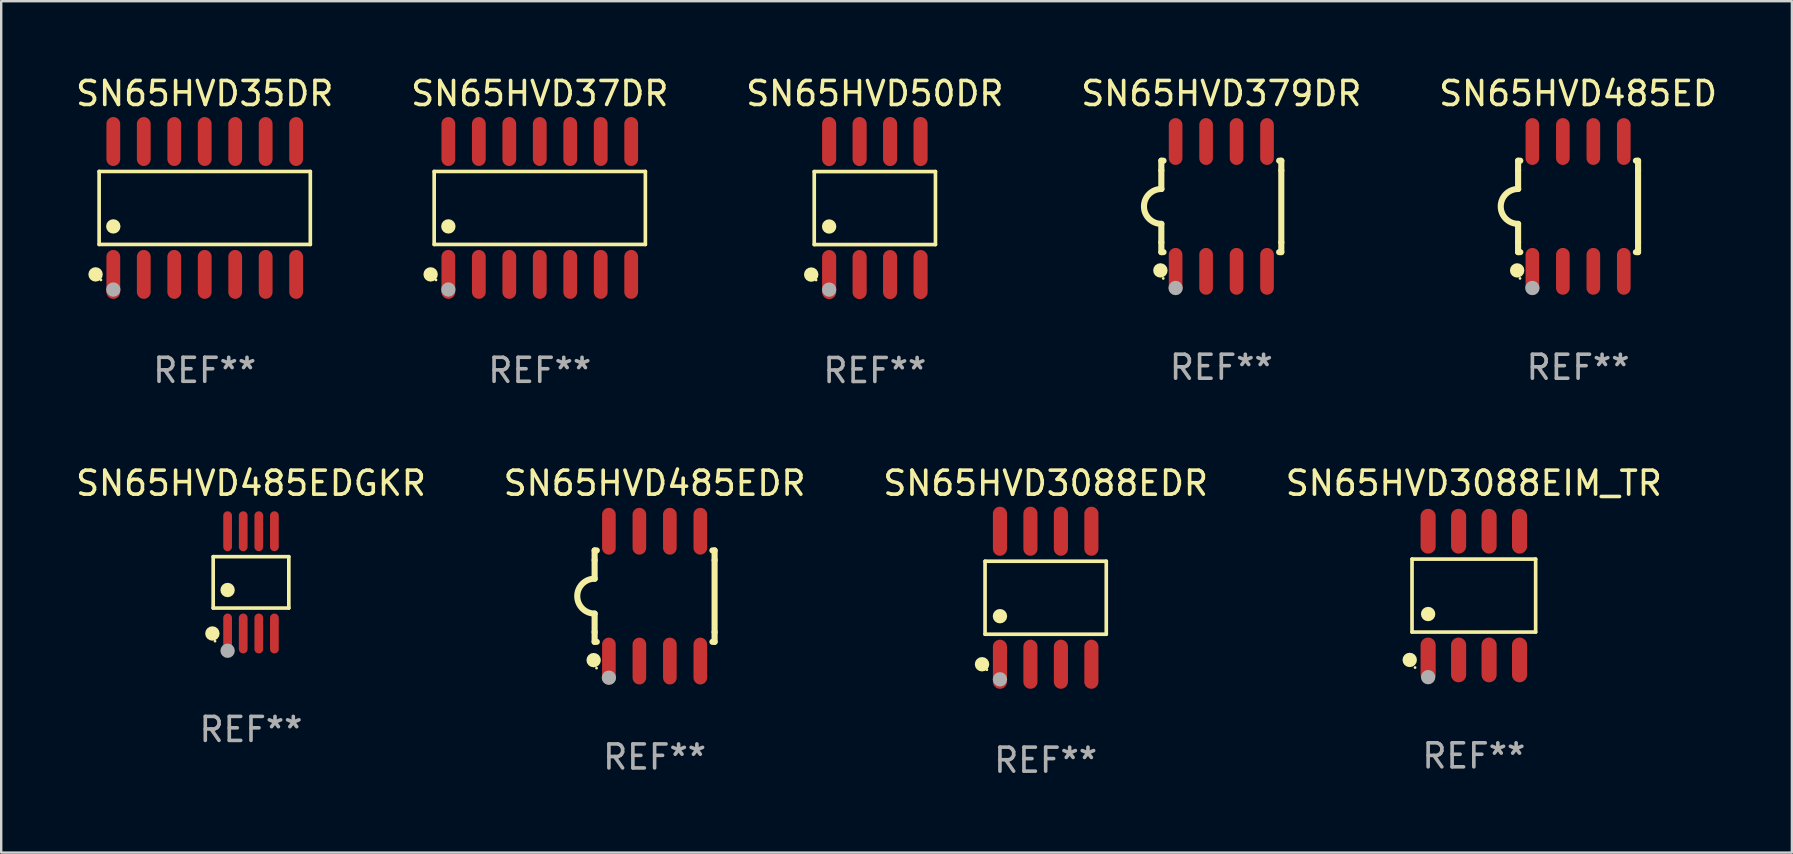
<source format=kicad_pcb>
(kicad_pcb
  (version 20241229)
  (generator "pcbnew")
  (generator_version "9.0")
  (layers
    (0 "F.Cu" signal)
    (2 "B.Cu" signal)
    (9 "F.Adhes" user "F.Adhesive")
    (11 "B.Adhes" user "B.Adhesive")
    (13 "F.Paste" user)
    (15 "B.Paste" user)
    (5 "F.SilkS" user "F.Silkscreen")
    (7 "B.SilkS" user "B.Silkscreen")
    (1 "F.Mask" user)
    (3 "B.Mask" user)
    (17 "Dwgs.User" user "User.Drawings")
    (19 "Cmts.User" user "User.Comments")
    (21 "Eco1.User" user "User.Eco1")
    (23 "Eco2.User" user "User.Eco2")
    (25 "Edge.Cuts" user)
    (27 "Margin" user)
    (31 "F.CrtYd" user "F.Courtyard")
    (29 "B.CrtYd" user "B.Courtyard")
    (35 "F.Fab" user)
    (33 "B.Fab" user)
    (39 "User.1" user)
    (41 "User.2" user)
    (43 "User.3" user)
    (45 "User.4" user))
  (footprint "SN65HVD37DR"
    (layer "F.Cu")
    (at 19.446 5.617)
    (property "Reference" "SN65HVD37DR" (at 0 -4.769 0) (layer "F.SilkS") (effects (font (size 1 1) (thickness 0.15))))
    (attr through_hole)
    (fp_line (start -4.401 -1.521) (end 4.401 -1.521) (stroke (width 0.152) (type solid)) (layer "F.SilkS"))
    (fp_line (start -4.401 1.521) (end -4.401 -1.521) (stroke (width 0.152) (type solid)) (layer "F.SilkS"))
    (fp_line (start 4.401 -1.521) (end 4.401 1.521) (stroke (width 0.152) (type solid)) (layer "F.SilkS"))
    (fp_line (start 4.401 1.521) (end -4.401 1.521) (stroke (width 0.152) (type solid)) (layer "F.SilkS"))
    (fp_circle (center -4.549 2.769) (end -4.399 2.769) (stroke (width 0.3) (type solid)) (fill no) (layer "F.SilkS"))
    (fp_circle (center -4.325 3) (end -4.295 3) (stroke (width 0.06) (type solid)) (fill no) (layer "F.SilkS"))
    (fp_circle (center -3.81 0.769) (end -3.66 0.769) (stroke (width 0.3) (type solid)) (fill no) (layer "F.SilkS"))
    (fp_circle (center -3.81 3.4) (end -3.66 3.4) (stroke (width 0.3) (type solid)) (fill no) (layer "F.Fab"))
    (fp_text user "REF**" (at 0 6.769 0) (layer "F.Fab") (effects (font (size 1 1) (thickness 0.15))))
    (pad "1" smd oval (at -3.81 2.769) (size 0.574 2.038) (layers "F.Cu" "F.Mask" "F.Paste"))
    (pad "2" smd oval (at -2.54 2.769) (size 0.574 2.038) (layers "F.Cu" "F.Mask" "F.Paste"))
    (pad "3" smd oval (at -1.27 2.769) (size 0.574 2.038) (layers "F.Cu" "F.Mask" "F.Paste"))
    (pad "4" smd oval (at 0 2.769) (size 0.574 2.038) (layers "F.Cu" "F.Mask" "F.Paste"))
    (pad "5" smd oval (at 1.27 2.769) (size 0.574 2.038) (layers "F.Cu" "F.Mask" "F.Paste"))
    (pad "6" smd oval (at 2.54 2.769) (size 0.574 2.038) (layers "F.Cu" "F.Mask" "F.Paste"))
    (pad "7" smd oval (at 3.81 2.769) (size 0.574 2.038) (layers "F.Cu" "F.Mask" "F.Paste"))
    (pad "8" smd oval (at 3.81 -2.769) (size 0.574 2.038) (layers "F.Cu" "F.Mask" "F.Paste"))
    (pad "9" smd oval (at 2.54 -2.769) (size 0.574 2.038) (layers "F.Cu" "F.Mask" "F.Paste"))
    (pad "10" smd oval (at 1.27 -2.769) (size 0.574 2.038) (layers "F.Cu" "F.Mask" "F.Paste"))
    (pad "11" smd oval (at 0 -2.769) (size 0.574 2.038) (layers "F.Cu" "F.Mask" "F.Paste"))
    (pad "12" smd oval (at -1.27 -2.769) (size 0.574 2.038) (layers "F.Cu" "F.Mask" "F.Paste"))
    (pad "13" smd oval (at -2.54 -2.769) (size 0.574 2.038) (layers "F.Cu" "F.Mask" "F.Paste"))
    (pad "14" smd oval (at -3.81 -2.769) (size 0.574 2.038) (layers "F.Cu" "F.Mask" "F.Paste")))
  (footprint "SN65HVD50DR"
    (layer "F.Cu")
    (at 33.411 5.621)
    (property "Reference" "SN65HVD50DR" (at 0 -4.772 0) (layer "F.SilkS") (effects (font (size 1 1) (thickness 0.15))))
    (attr through_hole)
    (fp_line (start -2.526 -1.521) (end 2.526 -1.521) (stroke (width 0.152) (type solid)) (layer "F.SilkS"))
    (fp_line (start -2.526 1.521) (end -2.526 -1.521) (stroke (width 0.152) (type solid)) (layer "F.SilkS"))
    (fp_line (start 2.526 -1.521) (end 2.526 1.521) (stroke (width 0.152) (type solid)) (layer "F.SilkS"))
    (fp_line (start 2.526 1.521) (end -2.526 1.521) (stroke (width 0.152) (type solid)) (layer "F.SilkS"))
    (fp_circle (center -2.652 2.772) (end -2.501 2.772) (stroke (width 0.3) (type solid)) (fill no) (layer "F.SilkS"))
    (fp_circle (center -2.45 3) (end -2.42 3) (stroke (width 0.06) (type solid)) (fill no) (layer "F.SilkS"))
    (fp_circle (center -1.905 0.769) (end -1.755 0.769) (stroke (width 0.3) (type solid)) (fill no) (layer "F.SilkS"))
    (fp_circle (center -1.905 3.4) (end -1.755 3.4) (stroke (width 0.3) (type solid)) (fill no) (layer "F.Fab"))
    (fp_text user "REF**" (at 0 6.772 0) (layer "F.Fab") (effects (font (size 1 1) (thickness 0.15))))
    (pad "1" smd oval (at -1.905 2.772) (size 0.588 2.045) (layers "F.Cu" "F.Mask" "F.Paste"))
    (pad "2" smd oval (at -0.635 2.772) (size 0.588 2.045) (layers "F.Cu" "F.Mask" "F.Paste"))
    (pad "3" smd oval (at 0.635 2.772) (size 0.588 2.045) (layers "F.Cu" "F.Mask" "F.Paste"))
    (pad "4" smd oval (at 1.905 2.772) (size 0.588 2.045) (layers "F.Cu" "F.Mask" "F.Paste"))
    (pad "5" smd oval (at 1.905 -2.772) (size 0.588 2.045) (layers "F.Cu" "F.Mask" "F.Paste"))
    (pad "6" smd oval (at 0.635 -2.772) (size 0.588 2.045) (layers "F.Cu" "F.Mask" "F.Paste"))
    (pad "7" smd oval (at -0.635 -2.772) (size 0.588 2.045) (layers "F.Cu" "F.Mask" "F.Paste"))
    (pad "8" smd oval (at -1.905 -2.772) (size 0.588 2.045) (layers "F.Cu" "F.Mask" "F.Paste")))
  (footprint "SN65HVD485EDR"
    (layer "F.Cu")
    (at 24.232 21.795)
    (property "Reference" "SN65HVD485EDR" (at 0 -4.705 0) (layer "F.SilkS") (effects (font (size 1 1) (thickness 0.15))))
    (attr through_hole)
    (fp_line (start -2.5 -1.905) (end -2.409 -1.905) (stroke (width 0.254) (type solid)) (layer "F.SilkS"))
    (fp_line (start -2.5 -1.5) (end -2.5 -1.905) (stroke (width 0.254) (type solid)) (layer "F.SilkS"))
    (fp_line (start -2.5 -1.5) (end -2.5 -0.726) (stroke (width 0.254) (type solid)) (layer "F.SilkS"))
    (fp_line (start -2.5 1.5) (end -2.5 0.727) (stroke (width 0.254) (type solid)) (layer "F.SilkS"))
    (fp_line (start -2.5 1.5) (end -2.5 1.905) (stroke (width 0.254) (type solid)) (layer "F.SilkS"))
    (fp_line (start -2.5 1.905) (end -2.409 1.905) (stroke (width 0.254) (type solid)) (layer "F.SilkS"))
    (fp_line (start 2.5 -1.905) (end 2.409 -1.905) (stroke (width 0.254) (type solid)) (layer "F.SilkS"))
    (fp_line (start 2.5 -1.5) (end 2.5 -1.905) (stroke (width 0.254) (type solid)) (layer "F.SilkS"))
    (fp_line (start 2.5 -1.5) (end 2.5 1.5) (stroke (width 0.254) (type solid)) (layer "F.SilkS"))
    (fp_line (start 2.5 1.5) (end 2.5 1.905) (stroke (width 0.254) (type solid)) (layer "F.SilkS"))
    (fp_line (start 2.5 1.905) (end 2.409 1.905) (stroke (width 0.254) (type solid)) (layer "F.SilkS"))
    (fp_arc (start -2.5 0.726568) (mid -3.220316 -0.0023) (end -2.495097 -0.726289) (stroke (width 0.254001) (type solid)) (layer "F.SilkS"))
    (fp_circle (center -2.54 2.667) (end -2.39 2.667) (stroke (width 0.3) (type solid)) (fill no) (layer "F.SilkS"))
    (fp_circle (center -2.42 3) (end -2.39 3) (stroke (width 0.06) (type solid)) (fill no) (layer "F.SilkS"))
    (fp_circle (center -1.905 3.4) (end -1.755 3.4) (stroke (width 0.3) (type solid)) (fill no) (layer "F.Fab"))
    (fp_text user "REF**" (at 0 6.705 0) (layer "F.Fab") (effects (font (size 1 1) (thickness 0.15))))
    (pad "1" smd oval (at -1.905 2.705) (size 0.568 1.95) (layers "F.Cu" "F.Mask" "F.Paste"))
    (pad "2" smd oval (at -0.635 2.705) (size 0.568 1.95) (layers "F.Cu" "F.Mask" "F.Paste"))
    (pad "3" smd oval (at 0.635 2.705) (size 0.568 1.95) (layers "F.Cu" "F.Mask" "F.Paste"))
    (pad "4" smd oval (at 1.905 2.705) (size 0.568 1.95) (layers "F.Cu" "F.Mask" "F.Paste"))
    (pad "5" smd oval (at 1.905 -2.705) (size 0.568 1.95) (layers "F.Cu" "F.Mask" "F.Paste"))
    (pad "6" smd oval (at 0.635 -2.705) (size 0.568 1.95) (layers "F.Cu" "F.Mask" "F.Paste"))
    (pad "7" smd oval (at -0.635 -2.705) (size 0.568 1.95) (layers "F.Cu" "F.Mask" "F.Paste"))
    (pad "8" smd oval (at -1.905 -2.705) (size 0.568 1.95) (layers "F.Cu" "F.Mask" "F.Paste")))
  (footprint "SN65HVD379DR"
    (layer "F.Cu")
    (at 47.851 5.553)
    (property "Reference" "SN65HVD379DR" (at 0 -4.705 0) (layer "F.SilkS") (effects (font (size 1 1) (thickness 0.15))))
    (attr through_hole)
    (fp_line (start -2.5 -1.905) (end -2.409 -1.905) (stroke (width 0.254) (type solid)) (layer "F.SilkS"))
    (fp_line (start -2.5 -1.5) (end -2.5 -1.905) (stroke (width 0.254) (type solid)) (layer "F.SilkS"))
    (fp_line (start -2.5 -1.5) (end -2.5 -0.726) (stroke (width 0.254) (type solid)) (layer "F.SilkS"))
    (fp_line (start -2.5 1.5) (end -2.5 0.727) (stroke (width 0.254) (type solid)) (layer "F.SilkS"))
    (fp_line (start -2.5 1.5) (end -2.5 1.905) (stroke (width 0.254) (type solid)) (layer "F.SilkS"))
    (fp_line (start -2.5 1.905) (end -2.409 1.905) (stroke (width 0.254) (type solid)) (layer "F.SilkS"))
    (fp_line (start 2.5 -1.905) (end 2.409 -1.905) (stroke (width 0.254) (type solid)) (layer "F.SilkS"))
    (fp_line (start 2.5 -1.5) (end 2.5 -1.905) (stroke (width 0.254) (type solid)) (layer "F.SilkS"))
    (fp_line (start 2.5 -1.5) (end 2.5 1.5) (stroke (width 0.254) (type solid)) (layer "F.SilkS"))
    (fp_line (start 2.5 1.5) (end 2.5 1.905) (stroke (width 0.254) (type solid)) (layer "F.SilkS"))
    (fp_line (start 2.5 1.905) (end 2.409 1.905) (stroke (width 0.254) (type solid)) (layer "F.SilkS"))
    (fp_arc (start -2.5 0.726568) (mid -3.220316 -0.0023) (end -2.495097 -0.726289) (stroke (width 0.254001) (type solid)) (layer "F.SilkS"))
    (fp_circle (center -2.54 2.667) (end -2.39 2.667) (stroke (width 0.3) (type solid)) (fill no) (layer "F.SilkS"))
    (fp_circle (center -2.42 3) (end -2.39 3) (stroke (width 0.06) (type solid)) (fill no) (layer "F.SilkS"))
    (fp_circle (center -1.905 3.4) (end -1.755 3.4) (stroke (width 0.3) (type solid)) (fill no) (layer "F.Fab"))
    (fp_text user "REF**" (at 0 6.705 0) (layer "F.Fab") (effects (font (size 1 1) (thickness 0.15))))
    (pad "1" smd oval (at -1.905 2.705) (size 0.568 1.95) (layers "F.Cu" "F.Mask" "F.Paste"))
    (pad "2" smd oval (at -0.635 2.705) (size 0.568 1.95) (layers "F.Cu" "F.Mask" "F.Paste"))
    (pad "3" smd oval (at 0.635 2.705) (size 0.568 1.95) (layers "F.Cu" "F.Mask" "F.Paste"))
    (pad "4" smd oval (at 1.905 2.705) (size 0.568 1.95) (layers "F.Cu" "F.Mask" "F.Paste"))
    (pad "5" smd oval (at 1.905 -2.705) (size 0.568 1.95) (layers "F.Cu" "F.Mask" "F.Paste"))
    (pad "6" smd oval (at 0.635 -2.705) (size 0.568 1.95) (layers "F.Cu" "F.Mask" "F.Paste"))
    (pad "7" smd oval (at -0.635 -2.705) (size 0.568 1.95) (layers "F.Cu" "F.Mask" "F.Paste"))
    (pad "8" smd oval (at -1.905 -2.705) (size 0.568 1.95) (layers "F.Cu" "F.Mask" "F.Paste")))
  (footprint "SN65HVD485EDGKR"
    (layer "F.Cu")
    (at 7.411 21.221)
    (property "Reference" "SN65HVD485EDGKR" (at 0 -4.131 0) (layer "F.SilkS") (effects (font (size 1 1) (thickness 0.15))))
    (attr through_hole)
    (fp_line (start -1.576 -1.071) (end 1.576 -1.071) (stroke (width 0.152) (type solid)) (layer "F.SilkS"))
    (fp_line (start -1.576 1.071) (end -1.576 -1.071) (stroke (width 0.152) (type solid)) (layer "F.SilkS"))
    (fp_line (start 1.576 -1.071) (end 1.576 1.071) (stroke (width 0.152) (type solid)) (layer "F.SilkS"))
    (fp_line (start 1.576 1.071) (end -1.576 1.071) (stroke (width 0.152) (type solid)) (layer "F.SilkS"))
    (fp_circle (center -1.609 2.131) (end -1.459 2.131) (stroke (width 0.3) (type solid)) (fill no) (layer "F.SilkS"))
    (fp_circle (center -1.5 2.45) (end -1.47 2.45) (stroke (width 0.06) (type solid)) (fill no) (layer "F.SilkS"))
    (fp_circle (center -0.975 0.319) (end -0.825 0.319) (stroke (width 0.3) (type solid)) (fill no) (layer "F.SilkS"))
    (fp_circle (center -0.975 2.85) (end -0.825 2.85) (stroke (width 0.3) (type solid)) (fill no) (layer "F.Fab"))
    (fp_text user "REF**" (at 0 6.131 0) (layer "F.Fab") (effects (font (size 1 1) (thickness 0.15))))
    (pad "1" smd oval (at -0.975 2.131) (size 0.364 1.662) (layers "F.Cu" "F.Mask" "F.Paste"))
    (pad "2" smd oval (at -0.325 2.131) (size 0.364 1.662) (layers "F.Cu" "F.Mask" "F.Paste"))
    (pad "3" smd oval (at 0.325 2.131) (size 0.364 1.662) (layers "F.Cu" "F.Mask" "F.Paste"))
    (pad "4" smd oval (at 0.975 2.131) (size 0.364 1.662) (layers "F.Cu" "F.Mask" "F.Paste"))
    (pad "5" smd oval (at 0.975 -2.131) (size 0.364 1.662) (layers "F.Cu" "F.Mask" "F.Paste"))
    (pad "6" smd oval (at 0.325 -2.131) (size 0.364 1.662) (layers "F.Cu" "F.Mask" "F.Paste"))
    (pad "7" smd oval (at -0.325 -2.131) (size 0.364 1.662) (layers "F.Cu" "F.Mask" "F.Paste"))
    (pad "8" smd oval (at -0.975 -2.131) (size 0.364 1.662) (layers "F.Cu" "F.Mask" "F.Paste")))
  (footprint "SN65HVD3088EDR"
    (layer "F.Cu")
    (at 40.53 21.862)
    (property "Reference" "SN65HVD3088EDR" (at 0 -4.772 0) (layer "F.SilkS") (effects (font (size 1 1) (thickness 0.15))))
    (attr through_hole)
    (fp_line (start -2.526 -1.521) (end 2.526 -1.521) (stroke (width 0.152) (type solid)) (layer "F.SilkS"))
    (fp_line (start -2.526 1.521) (end -2.526 -1.521) (stroke (width 0.152) (type solid)) (layer "F.SilkS"))
    (fp_line (start 2.526 -1.521) (end 2.526 1.521) (stroke (width 0.152) (type solid)) (layer "F.SilkS"))
    (fp_line (start 2.526 1.521) (end -2.526 1.521) (stroke (width 0.152) (type solid)) (layer "F.SilkS"))
    (fp_circle (center -2.652 2.772) (end -2.501 2.772) (stroke (width 0.3) (type solid)) (fill no) (layer "F.SilkS"))
    (fp_circle (center -2.45 3) (end -2.42 3) (stroke (width 0.06) (type solid)) (fill no) (layer "F.SilkS"))
    (fp_circle (center -1.905 0.769) (end -1.755 0.769) (stroke (width 0.3) (type solid)) (fill no) (layer "F.SilkS"))
    (fp_circle (center -1.905 3.4) (end -1.755 3.4) (stroke (width 0.3) (type solid)) (fill no) (layer "F.Fab"))
    (fp_text user "REF**" (at 0 6.772 0) (layer "F.Fab") (effects (font (size 1 1) (thickness 0.15))))
    (pad "1" smd oval (at -1.905 2.772) (size 0.588 2.045) (layers "F.Cu" "F.Mask" "F.Paste"))
    (pad "2" smd oval (at -0.635 2.772) (size 0.588 2.045) (layers "F.Cu" "F.Mask" "F.Paste"))
    (pad "3" smd oval (at 0.635 2.772) (size 0.588 2.045) (layers "F.Cu" "F.Mask" "F.Paste"))
    (pad "4" smd oval (at 1.905 2.772) (size 0.588 2.045) (layers "F.Cu" "F.Mask" "F.Paste"))
    (pad "5" smd oval (at 1.905 -2.772) (size 0.588 2.045) (layers "F.Cu" "F.Mask" "F.Paste"))
    (pad "6" smd oval (at 0.635 -2.772) (size 0.588 2.045) (layers "F.Cu" "F.Mask" "F.Paste"))
    (pad "7" smd oval (at -0.635 -2.772) (size 0.588 2.045) (layers "F.Cu" "F.Mask" "F.Paste"))
    (pad "8" smd oval (at -1.905 -2.772) (size 0.588 2.045) (layers "F.Cu" "F.Mask" "F.Paste")))
  (footprint "SN65HVD35DR"
    (layer "F.Cu")
    (at 5.482 5.617)
    (property "Reference" "SN65HVD35DR" (at 0 -4.769 0) (layer "F.SilkS") (effects (font (size 1 1) (thickness 0.15))))
    (attr through_hole)
    (fp_line (start -4.401 -1.521) (end 4.401 -1.521) (stroke (width 0.152) (type solid)) (layer "F.SilkS"))
    (fp_line (start -4.401 1.521) (end -4.401 -1.521) (stroke (width 0.152) (type solid)) (layer "F.SilkS"))
    (fp_line (start 4.401 -1.521) (end 4.401 1.521) (stroke (width 0.152) (type solid)) (layer "F.SilkS"))
    (fp_line (start 4.401 1.521) (end -4.401 1.521) (stroke (width 0.152) (type solid)) (layer "F.SilkS"))
    (fp_circle (center -4.549 2.769) (end -4.399 2.769) (stroke (width 0.3) (type solid)) (fill no) (layer "F.SilkS"))
    (fp_circle (center -4.325 3) (end -4.295 3) (stroke (width 0.06) (type solid)) (fill no) (layer "F.SilkS"))
    (fp_circle (center -3.81 0.769) (end -3.66 0.769) (stroke (width 0.3) (type solid)) (fill no) (layer "F.SilkS"))
    (fp_circle (center -3.81 3.4) (end -3.66 3.4) (stroke (width 0.3) (type solid)) (fill no) (layer "F.Fab"))
    (fp_text user "REF**" (at 0 6.769 0) (layer "F.Fab") (effects (font (size 1 1) (thickness 0.15))))
    (pad "1" smd oval (at -3.81 2.769) (size 0.574 2.038) (layers "F.Cu" "F.Mask" "F.Paste"))
    (pad "2" smd oval (at -2.54 2.769) (size 0.574 2.038) (layers "F.Cu" "F.Mask" "F.Paste"))
    (pad "3" smd oval (at -1.27 2.769) (size 0.574 2.038) (layers "F.Cu" "F.Mask" "F.Paste"))
    (pad "4" smd oval (at 0 2.769) (size 0.574 2.038) (layers "F.Cu" "F.Mask" "F.Paste"))
    (pad "5" smd oval (at 1.27 2.769) (size 0.574 2.038) (layers "F.Cu" "F.Mask" "F.Paste"))
    (pad "6" smd oval (at 2.54 2.769) (size 0.574 2.038) (layers "F.Cu" "F.Mask" "F.Paste"))
    (pad "7" smd oval (at 3.81 2.769) (size 0.574 2.038) (layers "F.Cu" "F.Mask" "F.Paste"))
    (pad "8" smd oval (at 3.81 -2.769) (size 0.574 2.038) (layers "F.Cu" "F.Mask" "F.Paste"))
    (pad "9" smd oval (at 2.54 -2.769) (size 0.574 2.038) (layers "F.Cu" "F.Mask" "F.Paste"))
    (pad "10" smd oval (at 1.27 -2.769) (size 0.574 2.038) (layers "F.Cu" "F.Mask" "F.Paste"))
    (pad "11" smd oval (at 0 -2.769) (size 0.574 2.038) (layers "F.Cu" "F.Mask" "F.Paste"))
    (pad "12" smd oval (at -1.27 -2.769) (size 0.574 2.038) (layers "F.Cu" "F.Mask" "F.Paste"))
    (pad "13" smd oval (at -2.54 -2.769) (size 0.574 2.038) (layers "F.Cu" "F.Mask" "F.Paste"))
    (pad "14" smd oval (at -3.81 -2.769) (size 0.574 2.038) (layers "F.Cu" "F.Mask" "F.Paste")))
  (footprint "SN65HVD485ED"
    (layer "F.Cu")
    (at 62.72 5.553)
    (property "Reference" "SN65HVD485ED" (at 0 -4.705 0) (layer "F.SilkS") (effects (font (size 1 1) (thickness 0.15))))
    (attr through_hole)
    (fp_line (start -2.5 -1.905) (end -2.409 -1.905) (stroke (width 0.254) (type solid)) (layer "F.SilkS"))
    (fp_line (start -2.5 -1.5) (end -2.5 -1.905) (stroke (width 0.254) (type solid)) (layer "F.SilkS"))
    (fp_line (start -2.5 -1.5) (end -2.5 -0.726) (stroke (width 0.254) (type solid)) (layer "F.SilkS"))
    (fp_line (start -2.5 1.5) (end -2.5 0.727) (stroke (width 0.254) (type solid)) (layer "F.SilkS"))
    (fp_line (start -2.5 1.5) (end -2.5 1.905) (stroke (width 0.254) (type solid)) (layer "F.SilkS"))
    (fp_line (start -2.5 1.905) (end -2.409 1.905) (stroke (width 0.254) (type solid)) (layer "F.SilkS"))
    (fp_line (start 2.5 -1.905) (end 2.409 -1.905) (stroke (width 0.254) (type solid)) (layer "F.SilkS"))
    (fp_line (start 2.5 -1.5) (end 2.5 -1.905) (stroke (width 0.254) (type solid)) (layer "F.SilkS"))
    (fp_line (start 2.5 -1.5) (end 2.5 1.5) (stroke (width 0.254) (type solid)) (layer "F.SilkS"))
    (fp_line (start 2.5 1.5) (end 2.5 1.905) (stroke (width 0.254) (type solid)) (layer "F.SilkS"))
    (fp_line (start 2.5 1.905) (end 2.409 1.905) (stroke (width 0.254) (type solid)) (layer "F.SilkS"))
    (fp_arc (start -2.5 0.726568) (mid -3.220316 -0.0023) (end -2.495097 -0.726289) (stroke (width 0.254001) (type solid)) (layer "F.SilkS"))
    (fp_circle (center -2.54 2.667) (end -2.39 2.667) (stroke (width 0.3) (type solid)) (fill no) (layer "F.SilkS"))
    (fp_circle (center -2.42 3) (end -2.39 3) (stroke (width 0.06) (type solid)) (fill no) (layer "F.SilkS"))
    (fp_circle (center -1.905 3.4) (end -1.755 3.4) (stroke (width 0.3) (type solid)) (fill no) (layer "F.Fab"))
    (fp_text user "REF**" (at 0 6.705 0) (layer "F.Fab") (effects (font (size 1 1) (thickness 0.15))))
    (pad "1" smd oval (at -1.905 2.705) (size 0.568 1.95) (layers "F.Cu" "F.Mask" "F.Paste"))
    (pad "2" smd oval (at -0.635 2.705) (size 0.568 1.95) (layers "F.Cu" "F.Mask" "F.Paste"))
    (pad "3" smd oval (at 0.635 2.705) (size 0.568 1.95) (layers "F.Cu" "F.Mask" "F.Paste"))
    (pad "4" smd oval (at 1.905 2.705) (size 0.568 1.95) (layers "F.Cu" "F.Mask" "F.Paste"))
    (pad "5" smd oval (at 1.905 -2.705) (size 0.568 1.95) (layers "F.Cu" "F.Mask" "F.Paste"))
    (pad "6" smd oval (at 0.635 -2.705) (size 0.568 1.95) (layers "F.Cu" "F.Mask" "F.Paste"))
    (pad "7" smd oval (at -0.635 -2.705) (size 0.568 1.95) (layers "F.Cu" "F.Mask" "F.Paste"))
    (pad "8" smd oval (at -1.905 -2.705) (size 0.568 1.95) (layers "F.Cu" "F.Mask" "F.Paste")))
  (footprint "SN65HVD3088EIM_TR"
    (layer "F.Cu")
    (at 58.375 21.772)
    (property "Reference" "SN65HVD3088EIM_TR" (at 0 -4.682 0) (layer "F.SilkS") (effects (font (size 1 1) (thickness 0.15))))
    (attr through_hole)
    (fp_line (start -2.576 -1.521) (end 2.576 -1.521) (stroke (width 0.152) (type solid)) (layer "F.SilkS"))
    (fp_line (start -2.576 1.521) (end -2.576 -1.521) (stroke (width 0.152) (type solid)) (layer "F.SilkS"))
    (fp_line (start 2.576 -1.521) (end 2.576 1.521) (stroke (width 0.152) (type solid)) (layer "F.SilkS"))
    (fp_line (start 2.576 1.521) (end -2.576 1.521) (stroke (width 0.152) (type solid)) (layer "F.SilkS"))
    (fp_circle (center -2.672 2.682) (end -2.522 2.682) (stroke (width 0.3) (type solid)) (fill no) (layer "F.SilkS"))
    (fp_circle (center -2.45 3) (end -2.42 3) (stroke (width 0.06) (type solid)) (fill no) (layer "F.SilkS"))
    (fp_circle (center -1.905 0.769) (end -1.755 0.769) (stroke (width 0.3) (type solid)) (fill no) (layer "F.SilkS"))
    (fp_circle (center -1.905 3.4) (end -1.755 3.4) (stroke (width 0.3) (type solid)) (fill no) (layer "F.Fab"))
    (fp_text user "REF**" (at 0 6.682 0) (layer "F.Fab") (effects (font (size 1 1) (thickness 0.15))))
    (pad "1" smd oval (at -1.905 2.682) (size 0.63 1.865) (layers "F.Cu" "F.Mask" "F.Paste"))
    (pad "2" smd oval (at -0.635 2.682) (size 0.63 1.865) (layers "F.Cu" "F.Mask" "F.Paste"))
    (pad "3" smd oval (at 0.635 2.682) (size 0.63 1.865) (layers "F.Cu" "F.Mask" "F.Paste"))
    (pad "4" smd oval (at 1.905 2.682) (size 0.63 1.865) (layers "F.Cu" "F.Mask" "F.Paste"))
    (pad "5" smd oval (at 1.905 -2.682) (size 0.63 1.865) (layers "F.Cu" "F.Mask" "F.Paste"))
    (pad "6" smd oval (at 0.635 -2.682) (size 0.63 1.865) (layers "F.Cu" "F.Mask" "F.Paste"))
    (pad "7" smd oval (at -0.635 -2.682) (size 0.63 1.865) (layers "F.Cu" "F.Mask" "F.Paste"))
    (pad "8" smd oval (at -1.905 -2.682) (size 0.63 1.865) (layers "F.Cu" "F.Mask" "F.Paste")))
  (gr_rect
    (start -3 -3)
    (end 71.631 32.483)
    (stroke (width 0.1) (type default))
    (fill no)
    (layer "Edge.Cuts")))
</source>
